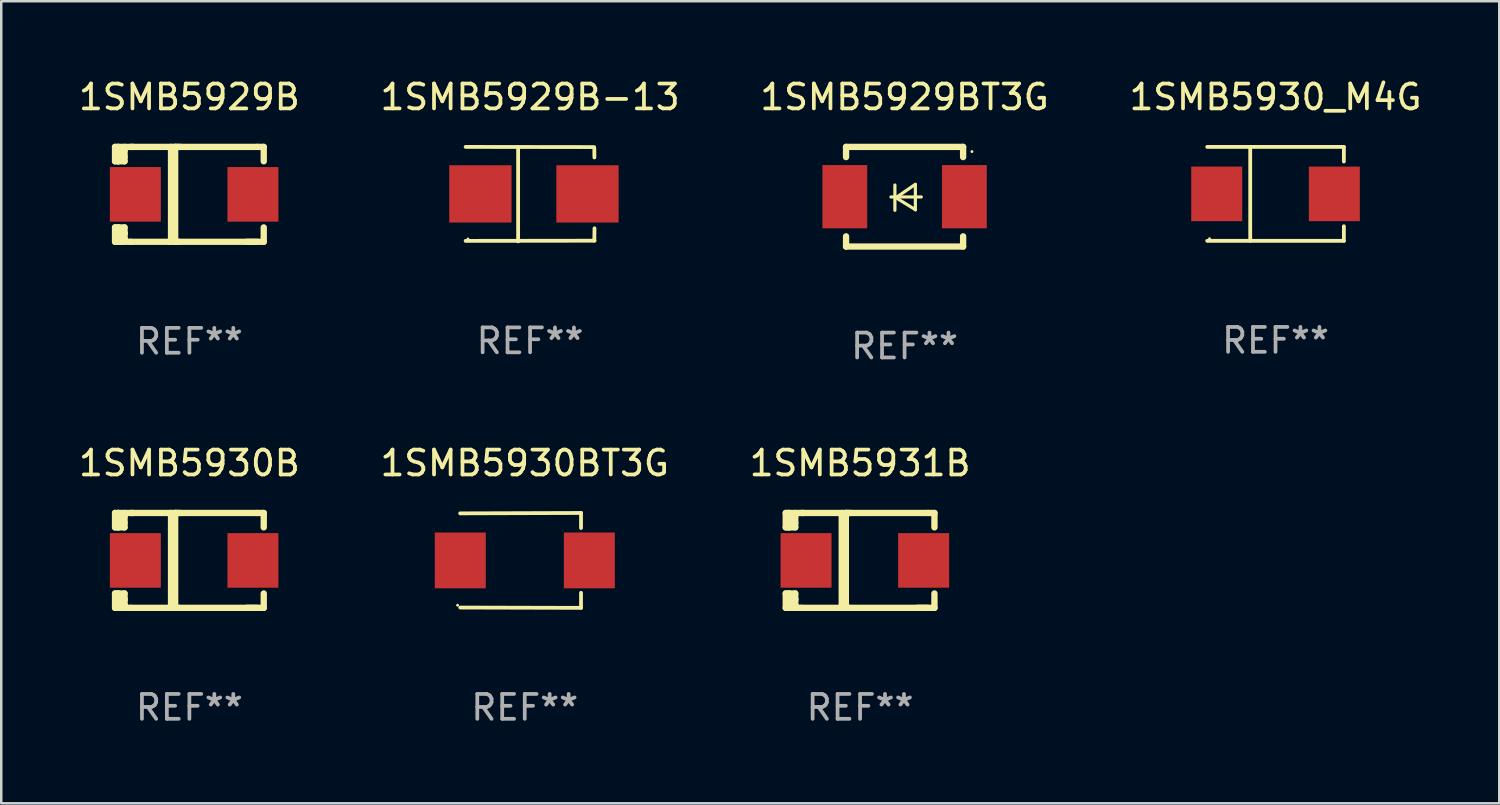
<source format=kicad_pcb>
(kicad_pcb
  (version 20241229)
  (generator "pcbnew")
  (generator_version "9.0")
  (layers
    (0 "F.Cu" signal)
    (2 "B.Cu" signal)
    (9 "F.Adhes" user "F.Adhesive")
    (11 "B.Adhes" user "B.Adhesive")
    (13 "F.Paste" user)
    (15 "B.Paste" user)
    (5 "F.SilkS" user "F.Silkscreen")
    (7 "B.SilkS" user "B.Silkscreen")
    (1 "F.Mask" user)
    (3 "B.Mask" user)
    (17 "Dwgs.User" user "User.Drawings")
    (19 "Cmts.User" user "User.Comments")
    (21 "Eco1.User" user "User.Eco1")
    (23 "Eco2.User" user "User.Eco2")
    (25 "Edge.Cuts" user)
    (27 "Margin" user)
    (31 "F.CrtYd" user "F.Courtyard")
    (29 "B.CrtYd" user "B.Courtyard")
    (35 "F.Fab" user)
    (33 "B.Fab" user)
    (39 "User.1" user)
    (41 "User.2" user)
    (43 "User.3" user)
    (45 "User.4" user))
  (footprint "1SMB5930BT3G"
    (layer "F.Cu")
    (at 18.018 19.45)
    (property "Reference" "1SMB5930BT3G" (at 0 -3.905 0) (layer "F.SilkS") (effects (font (size 1 1) (thickness 0.15))))
    (attr through_hole)
    (fp_line (start 2.256 -1.905) (end -2.594 -1.889) (stroke (width 0.152) (type solid)) (layer "F.SilkS"))
    (fp_line (start 2.256 -1.905) (end 2.26 -1.905) (stroke (width 0.152) (type solid)) (layer "F.SilkS"))
    (fp_line (start 2.26 -1.905) (end 2.26 -1.301) (stroke (width 0.152) (type solid)) (layer "F.SilkS"))
    (fp_line (start 2.26 1.301) (end 2.26 1.905) (stroke (width 0.152) (type solid)) (layer "F.SilkS"))
    (fp_line (start 2.26 1.905) (end -2.59 1.892) (stroke (width 0.152) (type solid)) (layer "F.SilkS"))
    (fp_circle (center -2.697 1.8) (end -2.667 1.8) (stroke (width 0.06) (type solid)) (fill no) (layer "F.SilkS"))
    (fp_text user "REF**" (at 0 5.905 0) (layer "F.Fab") (effects (font (size 1 1) (thickness 0.15))))
    (pad "1" smd rect (at -2.588 0) (size 2.047 2.241) (layers "F.Cu" "F.Mask" "F.Paste"))
    (pad "2" smd rect (at 2.594 0) (size 2.047 2.241) (layers "F.Cu" "F.Mask" "F.Paste")))
  (footprint "1SMB5929BT3G"
    (layer "F.Cu")
    (at 33.268 4.848)
    (property "Reference" "1SMB5929BT3G" (at 0 -4 0) (layer "F.SilkS") (effects (font (size 1 1) (thickness 0.15))))
    (attr through_hole)
    (fp_line (start -2.35 -2) (end -2.35 -1.591) (stroke (width 0.254) (type solid)) (layer "F.SilkS"))
    (fp_line (start -2.35 -2) (end 2.35 -2) (stroke (width 0.254) (type solid)) (layer "F.SilkS"))
    (fp_line (start -2.35 1.591) (end -2.35 2) (stroke (width 0.254) (type solid)) (layer "F.SilkS"))
    (fp_line (start -2.35 2) (end 2.35 2) (stroke (width 0.254) (type solid)) (layer "F.SilkS"))
    (fp_line (start -0.548 0.01) (end 0.671 0.01) (stroke (width 0.127) (type solid)) (layer "F.SilkS"))
    (fp_line (start -0.389 -0.47) (end -0.389 0.546) (stroke (width 0.127) (type solid)) (layer "F.SilkS"))
    (fp_line (start -0.35 0.04) (end 0.433 0.52) (stroke (width 0.127) (type solid)) (layer "F.SilkS"))
    (fp_line (start 0.433 -0.5) (end -0.35 0.04) (stroke (width 0.127) (type solid)) (layer "F.SilkS"))
    (fp_line (start 0.433 0.53) (end 0.433 -0.486) (stroke (width 0.127) (type solid)) (layer "F.SilkS"))
    (fp_line (start 2.35 -2) (end 2.35 -1.591) (stroke (width 0.254) (type solid)) (layer "F.SilkS"))
    (fp_line (start 2.35 1.591) (end 2.35 2) (stroke (width 0.254) (type solid)) (layer "F.SilkS"))
    (fp_circle (center 2.704 -1.813) (end 2.734 -1.813) (stroke (width 0.06) (type solid)) (fill no) (layer "F.SilkS"))
    (fp_text user "REF**" (at 0 6 0) (layer "F.Fab") (effects (font (size 1 1) (thickness 0.15))))
    (pad "1" smd rect (at 2.4 0) (size 1.8 2.54) (layers "F.Cu" "F.Mask" "F.Paste"))
    (pad "2" smd rect (at -2.4 0) (size 1.8 2.54) (layers "F.Cu" "F.Mask" "F.Paste")))
  (footprint "1SMB5930_M4G"
    (layer "F.Cu")
    (at 48.161 4.734)
    (property "Reference" "1SMB5930_M4G" (at 0 -3.886 0) (layer "F.SilkS") (effects (font (size 1 1) (thickness 0.15))))
    (attr through_hole)
    (fp_line (start -2.744 -1.886) (end 2.744 -1.886) (stroke (width 0.152) (type solid)) (layer "F.SilkS"))
    (fp_line (start -2.744 1.886) (end 2.744 1.886) (stroke (width 0.152) (type solid)) (layer "F.SilkS"))
    (fp_line (start -1.016 -1.886) (end -1.016 1.886) (stroke (width 0.152) (type solid)) (layer "F.SilkS"))
    (fp_line (start 2.744 -1.886) (end 2.744 -1.299) (stroke (width 0.152) (type solid)) (layer "F.SilkS"))
    (fp_line (start 2.744 1.886) (end 2.744 1.299) (stroke (width 0.152) (type solid)) (layer "F.SilkS"))
    (fp_circle (center -2.65 1.8) (end -2.62 1.8) (stroke (width 0.06) (type solid)) (fill no) (layer "F.SilkS"))
    (fp_text user "REF**" (at 0 5.886 0) (layer "F.Fab") (effects (font (size 1 1) (thickness 0.15))))
    (pad "1" smd rect (at -2.361 0) (size 2.047 2.192) (layers "F.Cu" "F.Mask" "F.Paste"))
    (pad "2" smd rect (at 2.361 0) (size 2.047 2.192) (layers "F.Cu" "F.Mask" "F.Paste")))
  (footprint "1SMB5930B"
    (layer "F.Cu")
    (at 4.554 19.45)
    (property "Reference" "1SMB5930B" (at 0 -3.905 0) (layer "F.SilkS") (effects (font (size 1 1) (thickness 0.15))))
    (attr through_hole)
    (fp_line (start -2.985 -1.905) (end -2.985 -1.327) (stroke (width 0.254) (type solid)) (layer "F.SilkS"))
    (fp_line (start -2.985 -1.327) (end -2.858 -1.327) (stroke (width 0.254) (type solid)) (layer "F.SilkS"))
    (fp_line (start -2.985 1.327) (end -2.985 1.905) (stroke (width 0.254) (type solid)) (layer "F.SilkS"))
    (fp_line (start -2.985 1.905) (end -2.858 1.905) (stroke (width 0.254) (type solid)) (layer "F.SilkS"))
    (fp_line (start -2.858 -1.905) (end -2.985 -1.905) (stroke (width 0.254) (type solid)) (layer "F.SilkS"))
    (fp_line (start -2.858 -1.905) (end -2.271 -1.905) (stroke (width 0.254) (type solid)) (layer "F.SilkS"))
    (fp_line (start -2.858 -1.327) (end -2.858 -1.905) (stroke (width 0.254) (type solid)) (layer "F.SilkS"))
    (fp_line (start -2.858 -1.327) (end -2.604 -1.327) (stroke (width 0.254) (type solid)) (layer "F.SilkS"))
    (fp_line (start -2.858 1.327) (end -2.985 1.327) (stroke (width 0.254) (type solid)) (layer "F.SilkS"))
    (fp_line (start -2.858 1.327) (end -2.604 1.327) (stroke (width 0.254) (type solid)) (layer "F.SilkS"))
    (fp_line (start -2.858 1.549) (end -2.604 1.549) (stroke (width 0.254) (type solid)) (layer "F.SilkS"))
    (fp_line (start -2.858 1.905) (end -2.858 1.327) (stroke (width 0.254) (type solid)) (layer "F.SilkS"))
    (fp_line (start -2.806 -1.766) (end -2.858 -1.715) (stroke (width 0.254) (type solid)) (layer "F.SilkS"))
    (fp_line (start -2.796 -1.508) (end -2.858 -1.446) (stroke (width 0.254) (type solid)) (layer "F.SilkS"))
    (fp_line (start -2.776 1.778) (end -2.858 1.696) (stroke (width 0.254) (type solid)) (layer "F.SilkS"))
    (fp_line (start -2.716 1.905) (end -2.858 1.905) (stroke (width 0.254) (type solid)) (layer "F.SilkS"))
    (fp_line (start -2.683 -1.766) (end -2.683 -1.748) (stroke (width 0.254) (type solid)) (layer "F.SilkS"))
    (fp_line (start -2.683 -1.748) (end -2.858 -1.573) (stroke (width 0.254) (type solid)) (layer "F.SilkS"))
    (fp_line (start -2.604 -1.766) (end -2.806 -1.766) (stroke (width 0.254) (type solid)) (layer "F.SilkS"))
    (fp_line (start -2.604 -1.508) (end -2.796 -1.508) (stroke (width 0.254) (type solid)) (layer "F.SilkS"))
    (fp_line (start -2.604 -1.327) (end -2.604 -1.905) (stroke (width 0.254) (type solid)) (layer "F.SilkS"))
    (fp_line (start -2.604 1.327) (end -2.604 1.778) (stroke (width 0.254) (type solid)) (layer "F.SilkS"))
    (fp_line (start -2.604 1.596) (end -2.604 1.563) (stroke (width 0.254) (type solid)) (layer "F.SilkS"))
    (fp_line (start -2.604 1.778) (end -2.776 1.778) (stroke (width 0.254) (type solid)) (layer "F.SilkS"))
    (fp_line (start -2.35 1.905) (end -2.858 1.905) (stroke (width 0.254) (type solid)) (layer "F.SilkS"))
    (fp_line (start -2.35 1.905) (end 2.731 1.905) (stroke (width 0.254) (type solid)) (layer "F.SilkS"))
    (fp_line (start -0.737 -1.905) (end -0.737 1.834) (stroke (width 0.254) (type solid)) (layer "F.SilkS"))
    (fp_line (start -0.737 1.834) (end -0.807 1.905) (stroke (width 0.254) (type solid)) (layer "F.SilkS"))
    (fp_line (start -0.572 -1.905) (end -0.572 1.905) (stroke (width 0.254) (type solid)) (layer "F.SilkS"))
    (fp_line (start -0.572 1.905) (end -0.422 1.905) (stroke (width 0.254) (type solid)) (layer "F.SilkS"))
    (fp_line (start -0.376 -1.905) (end -0.572 -1.905) (stroke (width 0.254) (type solid)) (layer "F.SilkS"))
    (fp_line (start 2.731 -1.905) (end -2.35 -1.905) (stroke (width 0.254) (type solid)) (layer "F.SilkS"))
    (fp_line (start 2.731 -1.905) (end 2.985 -1.905) (stroke (width 0.254) (type solid)) (layer "F.SilkS"))
    (fp_line (start 2.985 -1.905) (end 2.985 -1.327) (stroke (width 0.254) (type solid)) (layer "F.SilkS"))
    (fp_line (start 2.985 1.327) (end 2.985 1.905) (stroke (width 0.254) (type solid)) (layer "F.SilkS"))
    (fp_line (start 2.985 1.905) (end 2.301 1.905) (stroke (width 0.254) (type solid)) (layer "F.SilkS"))
    (fp_circle (center -2.509 1.8) (end -2.479 1.8) (stroke (width 0.06) (type solid)) (fill no) (layer "F.SilkS"))
    (fp_text user "REF**" (at 0 5.905 0) (layer "F.Fab") (effects (font (size 1 1) (thickness 0.15))))
    (pad "1" smd rect (at -2.17 0) (size 2.047 2.192) (layers "F.Cu" "F.Mask" "F.Paste"))
    (pad "2" smd rect (at 2.551 0) (size 2.047 2.192) (layers "F.Cu" "F.Mask" "F.Paste")))
  (footprint "1SMB5931B"
    (layer "F.Cu")
    (at 31.482 19.45)
    (property "Reference" "1SMB5931B" (at 0 -3.905 0) (layer "F.SilkS") (effects (font (size 1 1) (thickness 0.15))))
    (attr through_hole)
    (fp_line (start -2.985 -1.905) (end -2.985 -1.327) (stroke (width 0.254) (type solid)) (layer "F.SilkS"))
    (fp_line (start -2.985 -1.327) (end -2.858 -1.327) (stroke (width 0.254) (type solid)) (layer "F.SilkS"))
    (fp_line (start -2.985 1.327) (end -2.985 1.905) (stroke (width 0.254) (type solid)) (layer "F.SilkS"))
    (fp_line (start -2.985 1.905) (end -2.858 1.905) (stroke (width 0.254) (type solid)) (layer "F.SilkS"))
    (fp_line (start -2.858 -1.905) (end -2.985 -1.905) (stroke (width 0.254) (type solid)) (layer "F.SilkS"))
    (fp_line (start -2.858 -1.905) (end -2.271 -1.905) (stroke (width 0.254) (type solid)) (layer "F.SilkS"))
    (fp_line (start -2.858 -1.327) (end -2.858 -1.905) (stroke (width 0.254) (type solid)) (layer "F.SilkS"))
    (fp_line (start -2.858 -1.327) (end -2.604 -1.327) (stroke (width 0.254) (type solid)) (layer "F.SilkS"))
    (fp_line (start -2.858 1.327) (end -2.985 1.327) (stroke (width 0.254) (type solid)) (layer "F.SilkS"))
    (fp_line (start -2.858 1.327) (end -2.604 1.327) (stroke (width 0.254) (type solid)) (layer "F.SilkS"))
    (fp_line (start -2.858 1.549) (end -2.604 1.549) (stroke (width 0.254) (type solid)) (layer "F.SilkS"))
    (fp_line (start -2.858 1.905) (end -2.858 1.327) (stroke (width 0.254) (type solid)) (layer "F.SilkS"))
    (fp_line (start -2.806 -1.766) (end -2.858 -1.715) (stroke (width 0.254) (type solid)) (layer "F.SilkS"))
    (fp_line (start -2.796 -1.508) (end -2.858 -1.446) (stroke (width 0.254) (type solid)) (layer "F.SilkS"))
    (fp_line (start -2.776 1.778) (end -2.858 1.696) (stroke (width 0.254) (type solid)) (layer "F.SilkS"))
    (fp_line (start -2.716 1.905) (end -2.858 1.905) (stroke (width 0.254) (type solid)) (layer "F.SilkS"))
    (fp_line (start -2.683 -1.766) (end -2.683 -1.748) (stroke (width 0.254) (type solid)) (layer "F.SilkS"))
    (fp_line (start -2.683 -1.748) (end -2.858 -1.573) (stroke (width 0.254) (type solid)) (layer "F.SilkS"))
    (fp_line (start -2.604 -1.766) (end -2.806 -1.766) (stroke (width 0.254) (type solid)) (layer "F.SilkS"))
    (fp_line (start -2.604 -1.508) (end -2.796 -1.508) (stroke (width 0.254) (type solid)) (layer "F.SilkS"))
    (fp_line (start -2.604 -1.327) (end -2.604 -1.905) (stroke (width 0.254) (type solid)) (layer "F.SilkS"))
    (fp_line (start -2.604 1.327) (end -2.604 1.778) (stroke (width 0.254) (type solid)) (layer "F.SilkS"))
    (fp_line (start -2.604 1.596) (end -2.604 1.563) (stroke (width 0.254) (type solid)) (layer "F.SilkS"))
    (fp_line (start -2.604 1.778) (end -2.776 1.778) (stroke (width 0.254) (type solid)) (layer "F.SilkS"))
    (fp_line (start -2.35 1.905) (end -2.858 1.905) (stroke (width 0.254) (type solid)) (layer "F.SilkS"))
    (fp_line (start -2.35 1.905) (end 2.731 1.905) (stroke (width 0.254) (type solid)) (layer "F.SilkS"))
    (fp_line (start -0.737 -1.905) (end -0.737 1.834) (stroke (width 0.254) (type solid)) (layer "F.SilkS"))
    (fp_line (start -0.737 1.834) (end -0.807 1.905) (stroke (width 0.254) (type solid)) (layer "F.SilkS"))
    (fp_line (start -0.572 -1.905) (end -0.572 1.905) (stroke (width 0.254) (type solid)) (layer "F.SilkS"))
    (fp_line (start -0.572 1.905) (end -0.422 1.905) (stroke (width 0.254) (type solid)) (layer "F.SilkS"))
    (fp_line (start -0.376 -1.905) (end -0.572 -1.905) (stroke (width 0.254) (type solid)) (layer "F.SilkS"))
    (fp_line (start 2.731 -1.905) (end -2.35 -1.905) (stroke (width 0.254) (type solid)) (layer "F.SilkS"))
    (fp_line (start 2.731 -1.905) (end 2.985 -1.905) (stroke (width 0.254) (type solid)) (layer "F.SilkS"))
    (fp_line (start 2.985 -1.905) (end 2.985 -1.327) (stroke (width 0.254) (type solid)) (layer "F.SilkS"))
    (fp_line (start 2.985 1.327) (end 2.985 1.905) (stroke (width 0.254) (type solid)) (layer "F.SilkS"))
    (fp_line (start 2.985 1.905) (end 2.301 1.905) (stroke (width 0.254) (type solid)) (layer "F.SilkS"))
    (fp_circle (center -2.509 1.8) (end -2.479 1.8) (stroke (width 0.06) (type solid)) (fill no) (layer "F.SilkS"))
    (fp_text user "REF**" (at 0 5.905 0) (layer "F.Fab") (effects (font (size 1 1) (thickness 0.15))))
    (pad "1" smd rect (at -2.17 0) (size 2.047 2.192) (layers "F.Cu" "F.Mask" "F.Paste"))
    (pad "2" smd rect (at 2.551 0) (size 2.047 2.192) (layers "F.Cu" "F.Mask" "F.Paste")))
  (footprint "1SMB5929B"
    (layer "F.Cu")
    (at 4.554 4.753)
    (property "Reference" "1SMB5929B" (at 0 -3.905 0) (layer "F.SilkS") (effects (font (size 1 1) (thickness 0.15))))
    (attr through_hole)
    (fp_line (start -2.985 -1.905) (end -2.985 -1.327) (stroke (width 0.254) (type solid)) (layer "F.SilkS"))
    (fp_line (start -2.985 -1.327) (end -2.858 -1.327) (stroke (width 0.254) (type solid)) (layer "F.SilkS"))
    (fp_line (start -2.985 1.327) (end -2.985 1.905) (stroke (width 0.254) (type solid)) (layer "F.SilkS"))
    (fp_line (start -2.985 1.905) (end -2.858 1.905) (stroke (width 0.254) (type solid)) (layer "F.SilkS"))
    (fp_line (start -2.858 -1.905) (end -2.985 -1.905) (stroke (width 0.254) (type solid)) (layer "F.SilkS"))
    (fp_line (start -2.858 -1.905) (end -2.271 -1.905) (stroke (width 0.254) (type solid)) (layer "F.SilkS"))
    (fp_line (start -2.858 -1.327) (end -2.858 -1.905) (stroke (width 0.254) (type solid)) (layer "F.SilkS"))
    (fp_line (start -2.858 -1.327) (end -2.604 -1.327) (stroke (width 0.254) (type solid)) (layer "F.SilkS"))
    (fp_line (start -2.858 1.327) (end -2.985 1.327) (stroke (width 0.254) (type solid)) (layer "F.SilkS"))
    (fp_line (start -2.858 1.327) (end -2.604 1.327) (stroke (width 0.254) (type solid)) (layer "F.SilkS"))
    (fp_line (start -2.858 1.549) (end -2.604 1.549) (stroke (width 0.254) (type solid)) (layer "F.SilkS"))
    (fp_line (start -2.858 1.905) (end -2.858 1.327) (stroke (width 0.254) (type solid)) (layer "F.SilkS"))
    (fp_line (start -2.806 -1.766) (end -2.858 -1.715) (stroke (width 0.254) (type solid)) (layer "F.SilkS"))
    (fp_line (start -2.796 -1.508) (end -2.858 -1.446) (stroke (width 0.254) (type solid)) (layer "F.SilkS"))
    (fp_line (start -2.776 1.778) (end -2.858 1.696) (stroke (width 0.254) (type solid)) (layer "F.SilkS"))
    (fp_line (start -2.716 1.905) (end -2.858 1.905) (stroke (width 0.254) (type solid)) (layer "F.SilkS"))
    (fp_line (start -2.683 -1.766) (end -2.683 -1.748) (stroke (width 0.254) (type solid)) (layer "F.SilkS"))
    (fp_line (start -2.683 -1.748) (end -2.858 -1.573) (stroke (width 0.254) (type solid)) (layer "F.SilkS"))
    (fp_line (start -2.604 -1.766) (end -2.806 -1.766) (stroke (width 0.254) (type solid)) (layer "F.SilkS"))
    (fp_line (start -2.604 -1.508) (end -2.796 -1.508) (stroke (width 0.254) (type solid)) (layer "F.SilkS"))
    (fp_line (start -2.604 -1.327) (end -2.604 -1.905) (stroke (width 0.254) (type solid)) (layer "F.SilkS"))
    (fp_line (start -2.604 1.327) (end -2.604 1.778) (stroke (width 0.254) (type solid)) (layer "F.SilkS"))
    (fp_line (start -2.604 1.596) (end -2.604 1.563) (stroke (width 0.254) (type solid)) (layer "F.SilkS"))
    (fp_line (start -2.604 1.778) (end -2.776 1.778) (stroke (width 0.254) (type solid)) (layer "F.SilkS"))
    (fp_line (start -2.35 1.905) (end -2.858 1.905) (stroke (width 0.254) (type solid)) (layer "F.SilkS"))
    (fp_line (start -2.35 1.905) (end 2.731 1.905) (stroke (width 0.254) (type solid)) (layer "F.SilkS"))
    (fp_line (start -0.737 -1.905) (end -0.737 1.834) (stroke (width 0.254) (type solid)) (layer "F.SilkS"))
    (fp_line (start -0.737 1.834) (end -0.807 1.905) (stroke (width 0.254) (type solid)) (layer "F.SilkS"))
    (fp_line (start -0.572 -1.905) (end -0.572 1.905) (stroke (width 0.254) (type solid)) (layer "F.SilkS"))
    (fp_line (start -0.572 1.905) (end -0.422 1.905) (stroke (width 0.254) (type solid)) (layer "F.SilkS"))
    (fp_line (start -0.376 -1.905) (end -0.572 -1.905) (stroke (width 0.254) (type solid)) (layer "F.SilkS"))
    (fp_line (start 2.731 -1.905) (end -2.35 -1.905) (stroke (width 0.254) (type solid)) (layer "F.SilkS"))
    (fp_line (start 2.731 -1.905) (end 2.985 -1.905) (stroke (width 0.254) (type solid)) (layer "F.SilkS"))
    (fp_line (start 2.985 -1.905) (end 2.985 -1.327) (stroke (width 0.254) (type solid)) (layer "F.SilkS"))
    (fp_line (start 2.985 1.327) (end 2.985 1.905) (stroke (width 0.254) (type solid)) (layer "F.SilkS"))
    (fp_line (start 2.985 1.905) (end 2.301 1.905) (stroke (width 0.254) (type solid)) (layer "F.SilkS"))
    (fp_circle (center -2.509 1.8) (end -2.479 1.8) (stroke (width 0.06) (type solid)) (fill no) (layer "F.SilkS"))
    (fp_text user "REF**" (at 0 5.905 0) (layer "F.Fab") (effects (font (size 1 1) (thickness 0.15))))
    (pad "1" smd rect (at -2.17 0) (size 2.047 2.192) (layers "F.Cu" "F.Mask" "F.Paste"))
    (pad "2" smd rect (at 2.551 0) (size 2.047 2.192) (layers "F.Cu" "F.Mask" "F.Paste")))
  (footprint "1SMB5929B-13"
    (layer "F.Cu")
    (at 18.232 4.744)
    (property "Reference" "1SMB5929B-13" (at 0 -3.896 0) (layer "F.SilkS") (effects (font (size 1 1) (thickness 0.15))))
    (attr through_hole)
    (fp_line (start -2.588 -1.896) (end 2.568 -1.889) (stroke (width 0.152) (type solid)) (layer "F.SilkS"))
    (fp_line (start -2.588 1.877) (end 2.588 1.87) (stroke (width 0.152) (type solid)) (layer "F.SilkS"))
    (fp_line (start -0.48 1.896) (end -0.48 -1.871) (stroke (width 0.152) (type solid)) (layer "F.SilkS"))
    (fp_line (start 2.579 -1.849) (end 2.582 -1.472) (stroke (width 0.152) (type solid)) (layer "F.SilkS"))
    (fp_line (start 2.579 1.867) (end 2.587 1.372) (stroke (width 0.152) (type solid)) (layer "F.SilkS"))
    (fp_circle (center -2.492 1.801) (end -2.462 1.801) (stroke (width 0.06) (type solid)) (fill no) (layer "F.SilkS"))
    (fp_text user "REF**" (at 0 5.896 0) (layer "F.Fab") (effects (font (size 1 1) (thickness 0.15))))
    (pad "1" smd rect (at -1.995 -0.009) (size 2.5 2.3) (layers "F.Cu" "F.Mask" "F.Paste"))
    (pad "2" smd rect (at 2.305 -0.009) (size 2.5 2.3) (layers "F.Cu" "F.Mask" "F.Paste")))
  (gr_rect
    (start -3 -3)
    (end 57.143 29.203)
    (stroke (width 0.1) (type default))
    (fill no)
    (layer "Edge.Cuts")))
</source>
